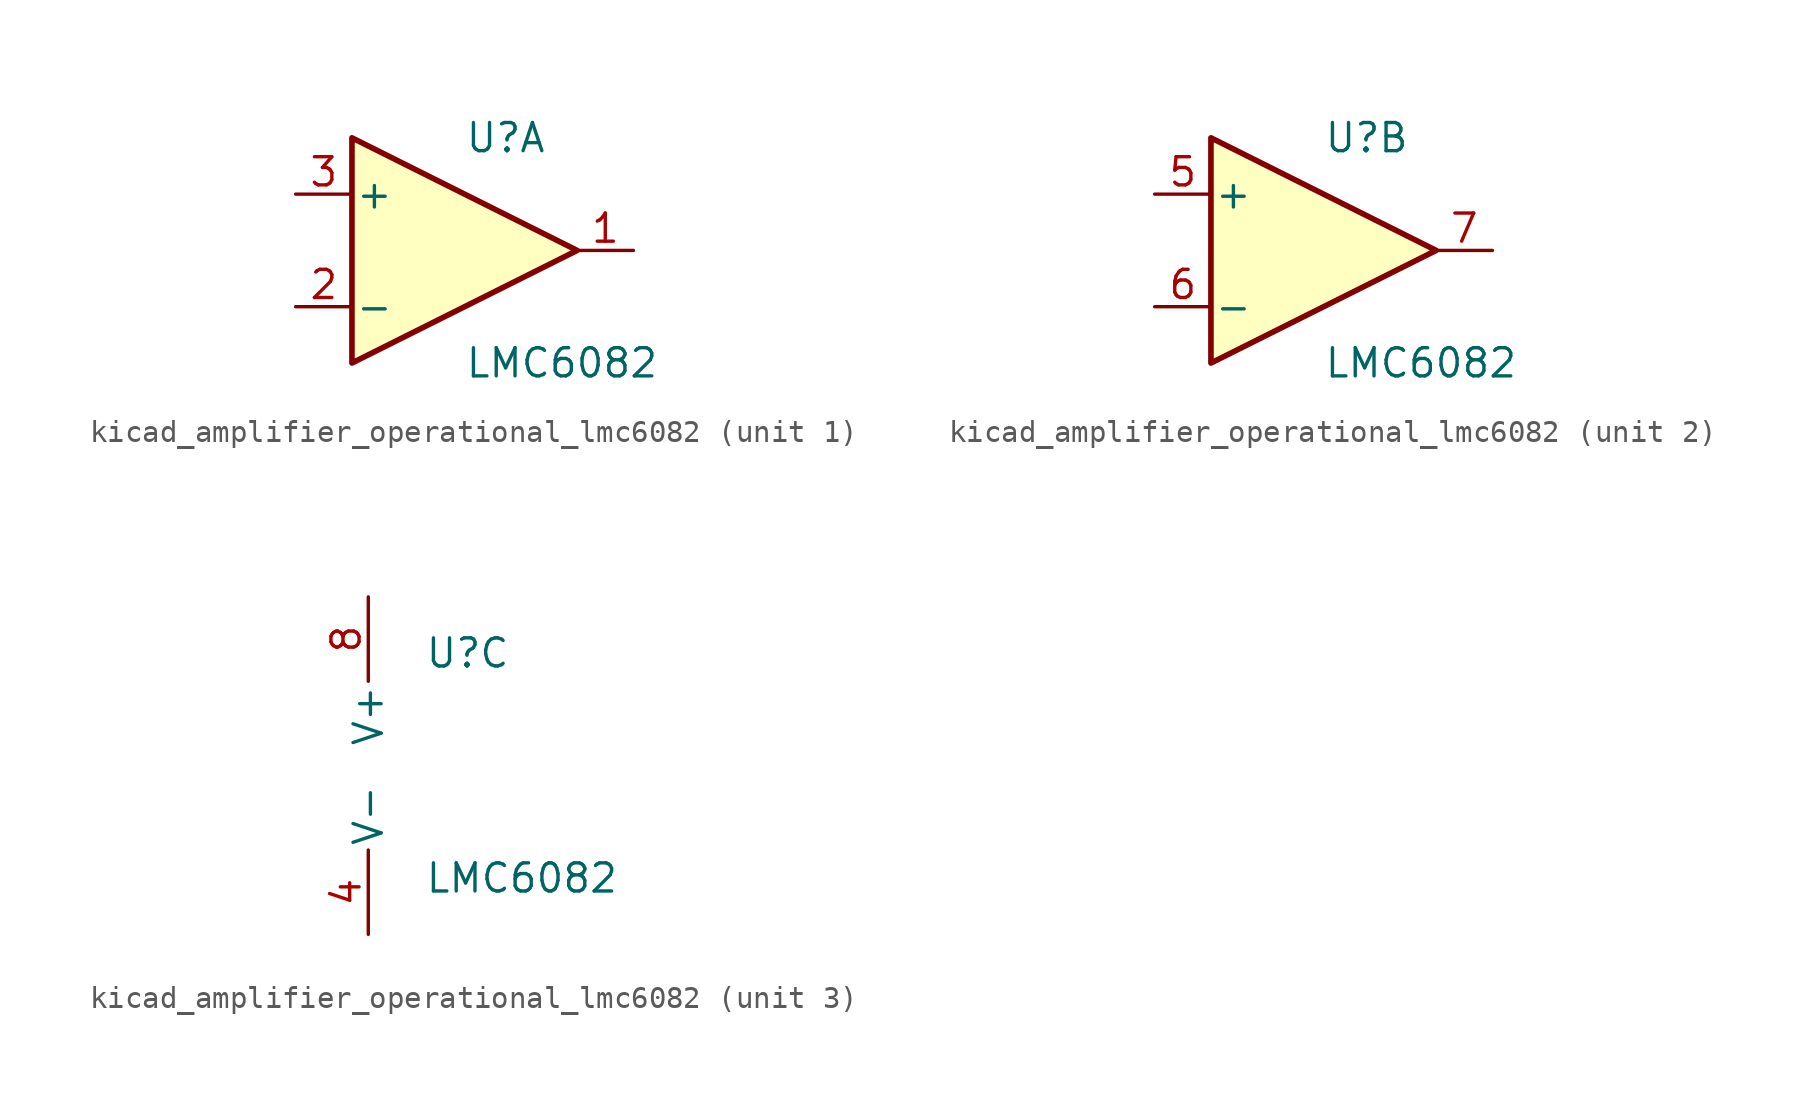
<source format=kicad_sym>
(kicad_symbol_lib
  (version 20220914)
  (generator kicad_symbol_editor)
  (symbol "kicad_amplifier_operational_lmc6082"
    (pin_names
      (offset 0.127))
    (property "Reference" "U"
      (at 0 5.08 0)
      (effects (font (size 1.27 1.27)) (justify left)))
    (property "Value" "LMC6082"
      (at 0 -5.08 0)
      (effects (font (size 1.27 1.27)) (justify left)))
    (property "ki_locked" ""
      (at 0 0 0)
      (effects (font (size 1.27 1.27))))
    (symbol "kicad_amplifier_operational_lmc6082_1_1"
      (polyline (pts (xy -5.08 5.08) (xy 5.08 0) (xy -5.08 -5.08) (xy -5.08 5.08)) (stroke (width 0.254) (type default)) (fill (type background)))
      (pin output line (at 7.62 0 180) (length 2.54) (name "~" (effects (font (size 1.27 1.27)))) (number "1" (effects (font (size 1.27 1.27)))))
      (pin input line (at -7.62 -2.54 0) (length 2.54) (name "-" (effects (font (size 1.27 1.27)))) (number "2" (effects (font (size 1.27 1.27)))))
      (pin input line (at -7.62 2.54 0) (length 2.54) (name "+" (effects (font (size 1.27 1.27)))) (number "3" (effects (font (size 1.27 1.27))))))
    (symbol "kicad_amplifier_operational_lmc6082_2_1"
      (polyline (pts (xy -5.08 5.08) (xy 5.08 0) (xy -5.08 -5.08) (xy -5.08 5.08)) (stroke (width 0.254) (type default)) (fill (type background)))
      (pin input line (at -7.62 2.54 0) (length 2.54) (name "+" (effects (font (size 1.27 1.27)))) (number "5" (effects (font (size 1.27 1.27)))))
      (pin input line (at -7.62 -2.54 0) (length 2.54) (name "-" (effects (font (size 1.27 1.27)))) (number "6" (effects (font (size 1.27 1.27)))))
      (pin output line (at 7.62 0 180) (length 2.54) (name "~" (effects (font (size 1.27 1.27)))) (number "7" (effects (font (size 1.27 1.27))))))
    (symbol "kicad_amplifier_operational_lmc6082_3_1"
      (pin power_in line (at -2.54 -7.62 90) (length 3.81) (name "V-" (effects (font (size 1.27 1.27)))) (number "4" (effects (font (size 1.27 1.27)))))
      (pin power_in line (at -2.54 7.62 270) (length 3.81) (name "V+" (effects (font (size 1.27 1.27)))) (number "8" (effects (font (size 1.27 1.27))))))))
</source>
